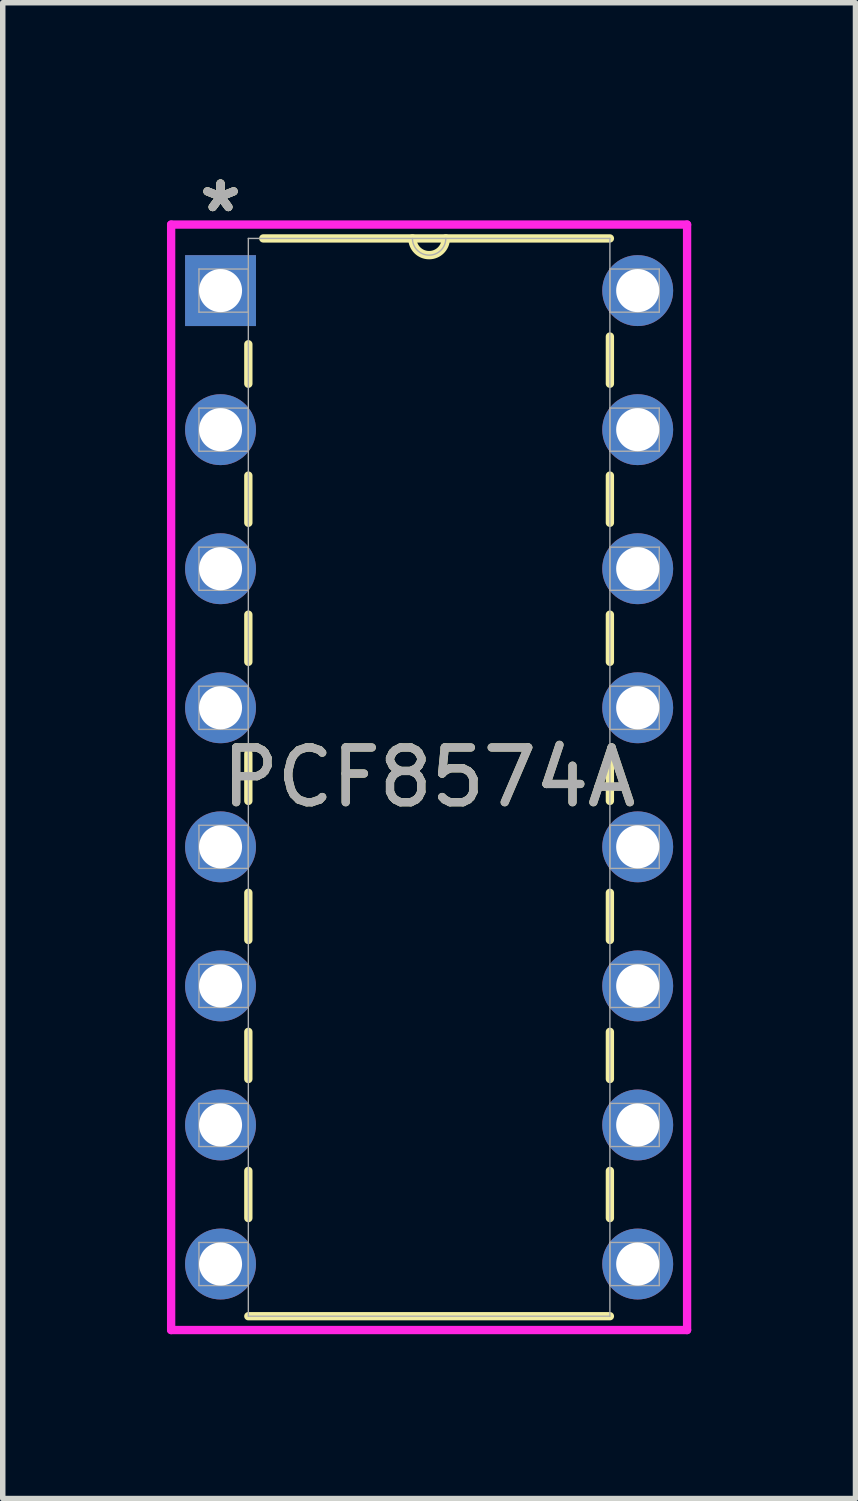
<source format=kicad_pcb>
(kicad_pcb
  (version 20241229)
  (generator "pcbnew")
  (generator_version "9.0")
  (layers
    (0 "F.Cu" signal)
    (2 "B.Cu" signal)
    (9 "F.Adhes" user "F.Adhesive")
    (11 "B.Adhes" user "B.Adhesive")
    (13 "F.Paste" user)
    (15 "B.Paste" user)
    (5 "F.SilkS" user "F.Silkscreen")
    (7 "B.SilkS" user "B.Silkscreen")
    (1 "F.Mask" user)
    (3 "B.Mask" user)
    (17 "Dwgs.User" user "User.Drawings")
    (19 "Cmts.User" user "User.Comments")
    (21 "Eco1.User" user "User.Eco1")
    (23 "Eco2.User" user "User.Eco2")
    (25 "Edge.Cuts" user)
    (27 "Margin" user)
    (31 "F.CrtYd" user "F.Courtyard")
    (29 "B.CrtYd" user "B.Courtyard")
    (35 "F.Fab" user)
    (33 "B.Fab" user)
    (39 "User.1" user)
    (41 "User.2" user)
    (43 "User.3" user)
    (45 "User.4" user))
  (footprint "PCF8574A"
    (layer "F.Cu")
    (at 8.598 20.038)
    (property "Reference" "PCF8574A" (at -3.81 -8.89 0) (unlocked yes) (layer "F.SilkS") (effects (font (size 1 1) (thickness 0.15))))
    (attr through_hole)
    (fp_line (start -7.112 -16.8) (end -7.112 -16.079) (stroke (width 0.152) (type solid)) (layer "F.SilkS"))
    (fp_line (start -7.112 -14.401) (end -7.112 -13.539) (stroke (width 0.152) (type solid)) (layer "F.SilkS"))
    (fp_line (start -7.112 -11.861) (end -7.112 -10.999) (stroke (width 0.152) (type solid)) (layer "F.SilkS"))
    (fp_line (start -7.112 -9.321) (end -7.112 -8.459) (stroke (width 0.152) (type solid)) (layer "F.SilkS"))
    (fp_line (start -7.112 -6.781) (end -7.112 -5.919) (stroke (width 0.152) (type solid)) (layer "F.SilkS"))
    (fp_line (start -7.112 -4.241) (end -7.112 -3.379) (stroke (width 0.152) (type solid)) (layer "F.SilkS"))
    (fp_line (start -7.112 -1.701) (end -7.112 -0.839) (stroke (width 0.152) (type solid)) (layer "F.SilkS"))
    (fp_line (start -7.112 0.953) (end -0.508 0.953) (stroke (width 0.152) (type solid)) (layer "F.SilkS"))
    (fp_line (start -0.508 -18.733) (end -6.839 -18.733) (stroke (width 0.152) (type solid)) (layer "F.SilkS"))
    (fp_line (start -0.508 -16.079) (end -0.508 -16.941) (stroke (width 0.152) (type solid)) (layer "F.SilkS"))
    (fp_line (start -0.508 -13.539) (end -0.508 -14.401) (stroke (width 0.152) (type solid)) (layer "F.SilkS"))
    (fp_line (start -0.508 -10.999) (end -0.508 -11.861) (stroke (width 0.152) (type solid)) (layer "F.SilkS"))
    (fp_line (start -0.508 -8.459) (end -0.508 -9.321) (stroke (width 0.152) (type solid)) (layer "F.SilkS"))
    (fp_line (start -0.508 -5.919) (end -0.508 -6.781) (stroke (width 0.152) (type solid)) (layer "F.SilkS"))
    (fp_line (start -0.508 -3.379) (end -0.508 -4.241) (stroke (width 0.152) (type solid)) (layer "F.SilkS"))
    (fp_line (start -0.508 -0.839) (end -0.508 -1.701) (stroke (width 0.152) (type solid)) (layer "F.SilkS"))
    (fp_arc (start -3.5052 -18.7325) (mid -3.81 -18.4277) (end -4.1148 -18.7325) (stroke (width 0.1524) (type solid)) (layer "F.SilkS"))
    (fp_line (start -8.522 -18.986) (end -8.522 1.206) (stroke (width 0.152) (type solid)) (layer "F.CrtYd"))
    (fp_line (start -8.522 1.206) (end 0.902 1.206) (stroke (width 0.152) (type solid)) (layer "F.CrtYd"))
    (fp_line (start 0.902 -18.986) (end -8.522 -18.986) (stroke (width 0.152) (type solid)) (layer "F.CrtYd"))
    (fp_line (start 0.902 1.206) (end 0.902 -18.986) (stroke (width 0.152) (type solid)) (layer "F.CrtYd"))
    (fp_line (start -8.014 -18.174) (end -8.014 -17.386) (stroke (width 0.025) (type solid)) (layer "F.Fab"))
    (fp_line (start -8.014 -17.386) (end -7.112 -17.386) (stroke (width 0.025) (type solid)) (layer "F.Fab"))
    (fp_line (start -8.014 -15.634) (end -8.014 -14.846) (stroke (width 0.025) (type solid)) (layer "F.Fab"))
    (fp_line (start -8.014 -14.846) (end -7.112 -14.846) (stroke (width 0.025) (type solid)) (layer "F.Fab"))
    (fp_line (start -8.014 -13.094) (end -8.014 -12.306) (stroke (width 0.025) (type solid)) (layer "F.Fab"))
    (fp_line (start -8.014 -12.306) (end -7.112 -12.306) (stroke (width 0.025) (type solid)) (layer "F.Fab"))
    (fp_line (start -8.014 -10.554) (end -8.014 -9.766) (stroke (width 0.025) (type solid)) (layer "F.Fab"))
    (fp_line (start -8.014 -9.766) (end -7.112 -9.766) (stroke (width 0.025) (type solid)) (layer "F.Fab"))
    (fp_line (start -8.014 -8.014) (end -8.014 -7.226) (stroke (width 0.025) (type solid)) (layer "F.Fab"))
    (fp_line (start -8.014 -7.226) (end -7.112 -7.226) (stroke (width 0.025) (type solid)) (layer "F.Fab"))
    (fp_line (start -8.014 -5.474) (end -8.014 -4.686) (stroke (width 0.025) (type solid)) (layer "F.Fab"))
    (fp_line (start -8.014 -4.686) (end -7.112 -4.686) (stroke (width 0.025) (type solid)) (layer "F.Fab"))
    (fp_line (start -8.014 -2.934) (end -8.014 -2.146) (stroke (width 0.025) (type solid)) (layer "F.Fab"))
    (fp_line (start -8.014 -2.146) (end -7.112 -2.146) (stroke (width 0.025) (type solid)) (layer "F.Fab"))
    (fp_line (start -8.014 -0.394) (end -8.014 0.394) (stroke (width 0.025) (type solid)) (layer "F.Fab"))
    (fp_line (start -8.014 0.394) (end -7.112 0.394) (stroke (width 0.025) (type solid)) (layer "F.Fab"))
    (fp_line (start -7.112 -18.733) (end -7.112 0.953) (stroke (width 0.025) (type solid)) (layer "F.Fab"))
    (fp_line (start -7.112 -18.174) (end -8.014 -18.174) (stroke (width 0.025) (type solid)) (layer "F.Fab"))
    (fp_line (start -7.112 -17.386) (end -7.112 -18.174) (stroke (width 0.025) (type solid)) (layer "F.Fab"))
    (fp_line (start -7.112 -15.634) (end -8.014 -15.634) (stroke (width 0.025) (type solid)) (layer "F.Fab"))
    (fp_line (start -7.112 -14.846) (end -7.112 -15.634) (stroke (width 0.025) (type solid)) (layer "F.Fab"))
    (fp_line (start -7.112 -13.094) (end -8.014 -13.094) (stroke (width 0.025) (type solid)) (layer "F.Fab"))
    (fp_line (start -7.112 -12.306) (end -7.112 -13.094) (stroke (width 0.025) (type solid)) (layer "F.Fab"))
    (fp_line (start -7.112 -10.554) (end -8.014 -10.554) (stroke (width 0.025) (type solid)) (layer "F.Fab"))
    (fp_line (start -7.112 -9.766) (end -7.112 -10.554) (stroke (width 0.025) (type solid)) (layer "F.Fab"))
    (fp_line (start -7.112 -8.014) (end -8.014 -8.014) (stroke (width 0.025) (type solid)) (layer "F.Fab"))
    (fp_line (start -7.112 -7.226) (end -7.112 -8.014) (stroke (width 0.025) (type solid)) (layer "F.Fab"))
    (fp_line (start -7.112 -5.474) (end -8.014 -5.474) (stroke (width 0.025) (type solid)) (layer "F.Fab"))
    (fp_line (start -7.112 -4.686) (end -7.112 -5.474) (stroke (width 0.025) (type solid)) (layer "F.Fab"))
    (fp_line (start -7.112 -2.934) (end -8.014 -2.934) (stroke (width 0.025) (type solid)) (layer "F.Fab"))
    (fp_line (start -7.112 -2.146) (end -7.112 -2.934) (stroke (width 0.025) (type solid)) (layer "F.Fab"))
    (fp_line (start -7.112 -0.394) (end -8.014 -0.394) (stroke (width 0.025) (type solid)) (layer "F.Fab"))
    (fp_line (start -7.112 0.394) (end -7.112 -0.394) (stroke (width 0.025) (type solid)) (layer "F.Fab"))
    (fp_line (start -7.112 0.953) (end -0.508 0.953) (stroke (width 0.025) (type solid)) (layer "F.Fab"))
    (fp_line (start -0.508 -18.733) (end -7.112 -18.733) (stroke (width 0.025) (type solid)) (layer "F.Fab"))
    (fp_line (start -0.508 -18.174) (end -0.508 -17.386) (stroke (width 0.025) (type solid)) (layer "F.Fab"))
    (fp_line (start -0.508 -17.386) (end 0.394 -17.386) (stroke (width 0.025) (type solid)) (layer "F.Fab"))
    (fp_line (start -0.508 -15.634) (end -0.508 -14.846) (stroke (width 0.025) (type solid)) (layer "F.Fab"))
    (fp_line (start -0.508 -14.846) (end 0.394 -14.846) (stroke (width 0.025) (type solid)) (layer "F.Fab"))
    (fp_line (start -0.508 -13.094) (end -0.508 -12.306) (stroke (width 0.025) (type solid)) (layer "F.Fab"))
    (fp_line (start -0.508 -12.306) (end 0.394 -12.306) (stroke (width 0.025) (type solid)) (layer "F.Fab"))
    (fp_line (start -0.508 -10.554) (end -0.508 -9.766) (stroke (width 0.025) (type solid)) (layer "F.Fab"))
    (fp_line (start -0.508 -9.766) (end 0.394 -9.766) (stroke (width 0.025) (type solid)) (layer "F.Fab"))
    (fp_line (start -0.508 -8.014) (end -0.508 -7.226) (stroke (width 0.025) (type solid)) (layer "F.Fab"))
    (fp_line (start -0.508 -7.226) (end 0.394 -7.226) (stroke (width 0.025) (type solid)) (layer "F.Fab"))
    (fp_line (start -0.508 -5.474) (end -0.508 -4.686) (stroke (width 0.025) (type solid)) (layer "F.Fab"))
    (fp_line (start -0.508 -4.686) (end 0.394 -4.686) (stroke (width 0.025) (type solid)) (layer "F.Fab"))
    (fp_line (start -0.508 -2.934) (end -0.508 -2.146) (stroke (width 0.025) (type solid)) (layer "F.Fab"))
    (fp_line (start -0.508 -2.146) (end 0.394 -2.146) (stroke (width 0.025) (type solid)) (layer "F.Fab"))
    (fp_line (start -0.508 -0.394) (end -0.508 0.394) (stroke (width 0.025) (type solid)) (layer "F.Fab"))
    (fp_line (start -0.508 0.394) (end 0.394 0.394) (stroke (width 0.025) (type solid)) (layer "F.Fab"))
    (fp_line (start -0.508 0.953) (end -0.508 -18.733) (stroke (width 0.025) (type solid)) (layer "F.Fab"))
    (fp_line (start 0.394 -18.174) (end -0.508 -18.174) (stroke (width 0.025) (type solid)) (layer "F.Fab"))
    (fp_line (start 0.394 -17.386) (end 0.394 -18.174) (stroke (width 0.025) (type solid)) (layer "F.Fab"))
    (fp_line (start 0.394 -15.634) (end -0.508 -15.634) (stroke (width 0.025) (type solid)) (layer "F.Fab"))
    (fp_line (start 0.394 -14.846) (end 0.394 -15.634) (stroke (width 0.025) (type solid)) (layer "F.Fab"))
    (fp_line (start 0.394 -13.094) (end -0.508 -13.094) (stroke (width 0.025) (type solid)) (layer "F.Fab"))
    (fp_line (start 0.394 -12.306) (end 0.394 -13.094) (stroke (width 0.025) (type solid)) (layer "F.Fab"))
    (fp_line (start 0.394 -10.554) (end -0.508 -10.554) (stroke (width 0.025) (type solid)) (layer "F.Fab"))
    (fp_line (start 0.394 -9.766) (end 0.394 -10.554) (stroke (width 0.025) (type solid)) (layer "F.Fab"))
    (fp_line (start 0.394 -8.014) (end -0.508 -8.014) (stroke (width 0.025) (type solid)) (layer "F.Fab"))
    (fp_line (start 0.394 -7.226) (end 0.394 -8.014) (stroke (width 0.025) (type solid)) (layer "F.Fab"))
    (fp_line (start 0.394 -5.474) (end -0.508 -5.474) (stroke (width 0.025) (type solid)) (layer "F.Fab"))
    (fp_line (start 0.394 -4.686) (end 0.394 -5.474) (stroke (width 0.025) (type solid)) (layer "F.Fab"))
    (fp_line (start 0.394 -2.934) (end -0.508 -2.934) (stroke (width 0.025) (type solid)) (layer "F.Fab"))
    (fp_line (start 0.394 -2.146) (end 0.394 -2.934) (stroke (width 0.025) (type solid)) (layer "F.Fab"))
    (fp_line (start 0.394 -0.394) (end -0.508 -0.394) (stroke (width 0.025) (type solid)) (layer "F.Fab"))
    (fp_line (start 0.394 0.394) (end 0.394 -0.394) (stroke (width 0.025) (type solid)) (layer "F.Fab"))
    (fp_arc (start -3.5052 -18.7325) (mid -3.81 -18.4277) (end -4.1148 -18.7325) (stroke (width 0.0254) (type solid)) (layer "F.Fab"))
    (fp_text user "*" (at -7.62 -19.19 0) (layer "F.SilkS") (effects (font (size 1 1) (thickness 0.15))))
    (fp_text user "*" (at -7.62 -19.19 0) (unlocked yes) (layer "F.SilkS") (effects (font (size 1 1) (thickness 0.15))))
    (fp_text user "*" (at -7.62 -19.19 0) (unlocked yes) (layer "F.Fab") (effects (font (size 1 1) (thickness 0.15))))
    (fp_text user "${REFERENCE}" (at -3.81 -8.89 0) (unlocked yes) (layer "F.Fab") (effects (font (size 1 1) (thickness 0.15))))
    (fp_text user "*" (at -7.62 -19.19 0) (layer "F.Fab") (effects (font (size 1 1) (thickness 0.15))))
    (pad "1" thru_hole rect (at -7.62 -17.78) (size 1.295 1.295) (drill 0.787) (layers "*.Cu" "*.Mask"))
    (pad "2" thru_hole circle (at -7.62 -15.24) (size 1.295 1.295) (drill 0.787) (layers "*.Cu" "*.Mask"))
    (pad "3" thru_hole circle (at -7.62 -12.7) (size 1.295 1.295) (drill 0.787) (layers "*.Cu" "*.Mask"))
    (pad "4" thru_hole circle (at -7.62 -10.16) (size 1.295 1.295) (drill 0.787) (layers "*.Cu" "*.Mask"))
    (pad "5" thru_hole circle (at -7.62 -7.62) (size 1.295 1.295) (drill 0.787) (layers "*.Cu" "*.Mask"))
    (pad "6" thru_hole circle (at -7.62 -5.08) (size 1.295 1.295) (drill 0.787) (layers "*.Cu" "*.Mask"))
    (pad "7" thru_hole circle (at -7.62 -2.54) (size 1.295 1.295) (drill 0.787) (layers "*.Cu" "*.Mask"))
    (pad "8" thru_hole circle (at -7.62 0) (size 1.295 1.295) (drill 0.787) (layers "*.Cu" "*.Mask"))
    (pad "9" thru_hole circle (at 0 0) (size 1.295 1.295) (drill 0.787) (layers "*.Cu" "*.Mask"))
    (pad "10" thru_hole circle (at 0 -2.54) (size 1.295 1.295) (drill 0.787) (layers "*.Cu" "*.Mask"))
    (pad "11" thru_hole circle (at 0 -5.08) (size 1.295 1.295) (drill 0.787) (layers "*.Cu" "*.Mask"))
    (pad "12" thru_hole circle (at 0 -7.62) (size 1.295 1.295) (drill 0.787) (layers "*.Cu" "*.Mask"))
    (pad "13" thru_hole circle (at 0 -10.16) (size 1.295 1.295) (drill 0.787) (layers "*.Cu" "*.Mask"))
    (pad "14" thru_hole circle (at 0 -12.7) (size 1.295 1.295) (drill 0.787) (layers "*.Cu" "*.Mask"))
    (pad "15" thru_hole circle (at 0 -15.24) (size 1.295 1.295) (drill 0.787) (layers "*.Cu" "*.Mask"))
    (pad "16" thru_hole circle (at 0 -17.78) (size 1.295 1.295) (drill 0.787) (layers "*.Cu" "*.Mask")))
  (gr_rect
    (start -3 -3)
    (end 12.576 24.321)
    (stroke (width 0.1) (type default))
    (fill no)
    (layer "Edge.Cuts")))
</source>
